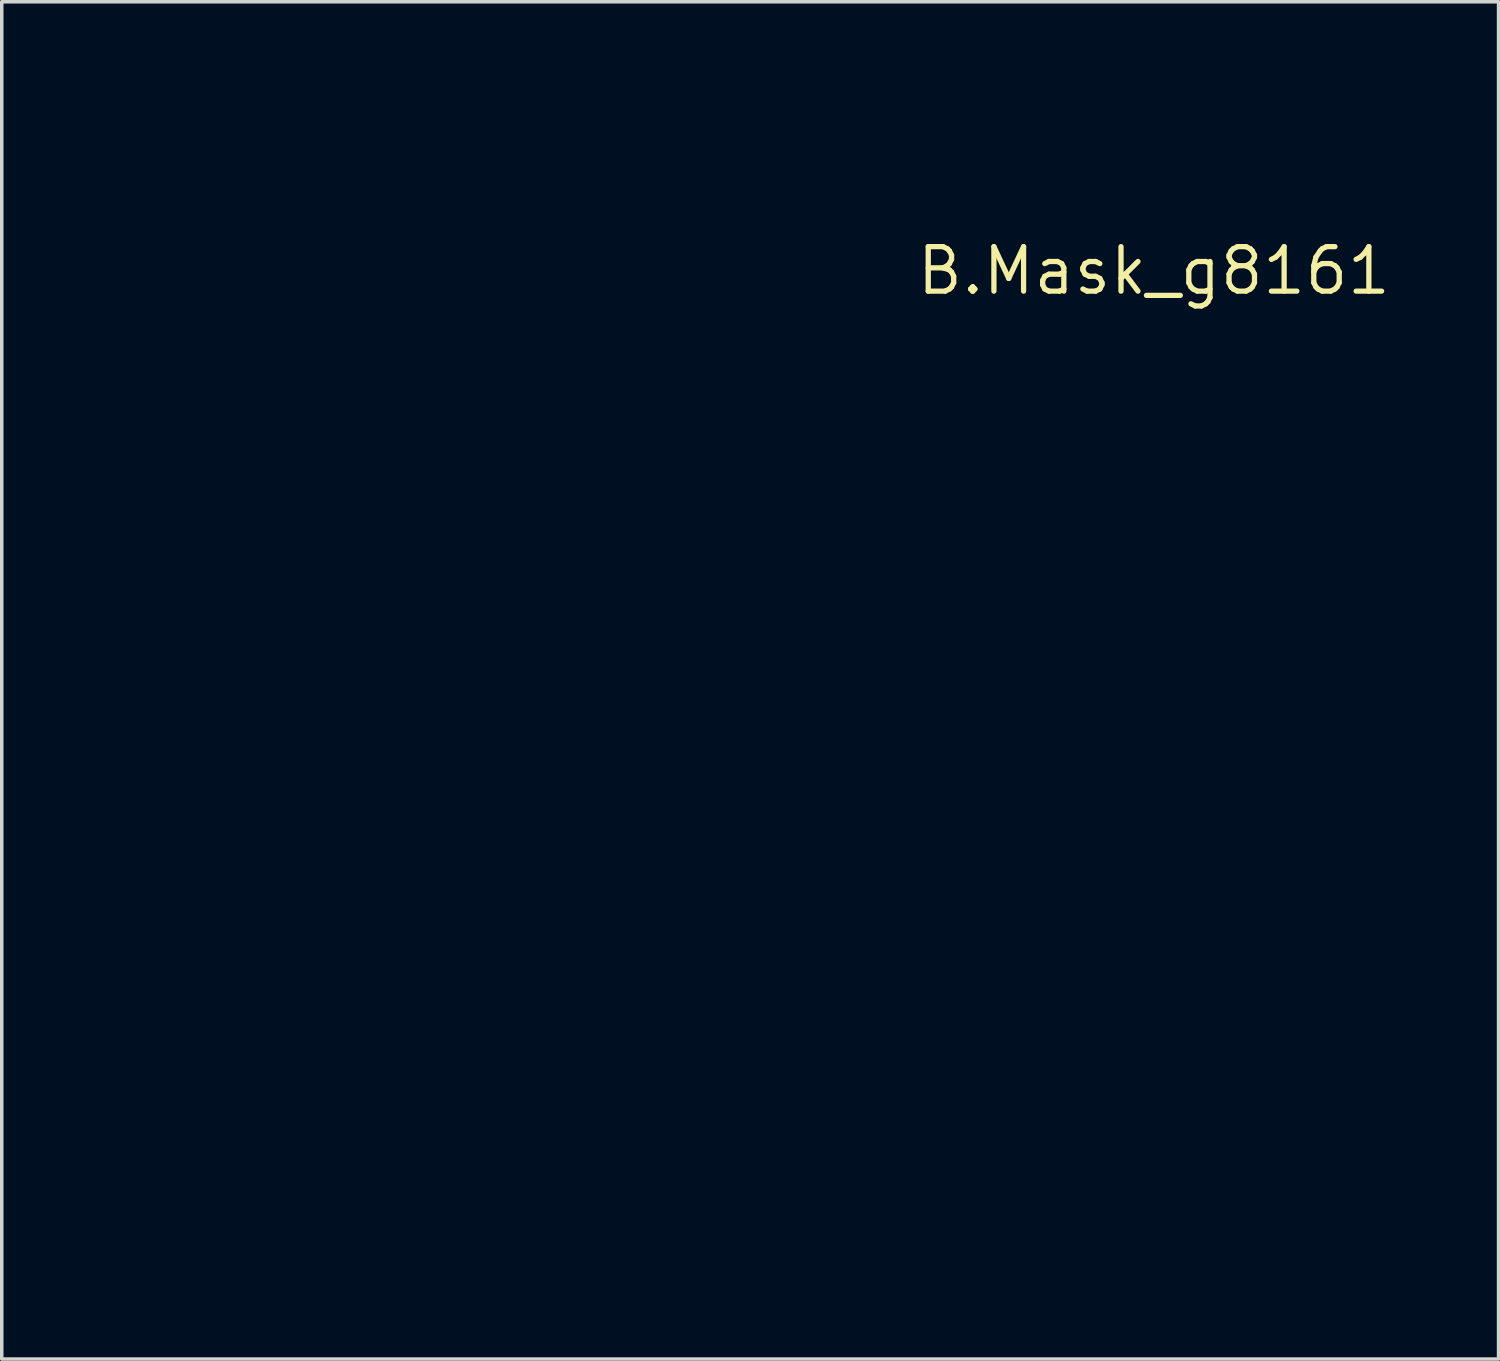
<source format=kicad_pcb>
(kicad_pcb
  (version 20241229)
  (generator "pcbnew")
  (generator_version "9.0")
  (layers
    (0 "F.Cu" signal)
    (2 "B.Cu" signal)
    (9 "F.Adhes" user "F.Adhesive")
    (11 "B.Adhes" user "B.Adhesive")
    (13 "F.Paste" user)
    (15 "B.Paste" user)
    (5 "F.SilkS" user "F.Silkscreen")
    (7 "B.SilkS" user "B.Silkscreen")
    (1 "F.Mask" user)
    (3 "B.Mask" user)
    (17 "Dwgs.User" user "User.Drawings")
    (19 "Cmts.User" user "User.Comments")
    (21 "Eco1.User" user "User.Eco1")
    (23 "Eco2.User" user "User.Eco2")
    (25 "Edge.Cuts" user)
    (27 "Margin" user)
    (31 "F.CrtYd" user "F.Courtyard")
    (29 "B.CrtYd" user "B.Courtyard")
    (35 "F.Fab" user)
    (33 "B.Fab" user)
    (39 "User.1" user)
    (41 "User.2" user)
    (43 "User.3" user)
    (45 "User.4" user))
  (footprint "B.Mask_g8161"
    (layer "F.Cu")
    (at 29.892 4.682)
    (property "Reference" "B.Mask_g8161" (at 0 0 0) (layer "F.SilkS") (effects (font (size 1.27 1.27) (thickness 0.15))))
    (attr through_hole)
    (fp_poly (pts (xy -27.57 -4.66) (xy -27.52 -4.618) (xy -27.465 -4.557) (xy -27.403 -4.481) (xy -27.375 -4.448) (xy -27.277 -4.323) (xy -27.206 -4.213) (xy -27.178 -4.142) (xy -27.178 -4.14) (xy -27.196 -4.079) (xy -27.247 -3.956) (xy -27.324 -3.785) (xy -27.422 -3.579) (xy -27.522 -3.376) (xy -27.645 -3.129) (xy -27.766 -2.884) (xy -27.874 -2.661) (xy -27.961 -2.479) (xy -28.004 -2.386) (xy -28.142 -2.085) (xy -27.045 -2.45) (xy -25.948 -2.815) (xy -25.738 -2.582) (xy -25.589 -2.399) (xy -25.506 -2.255) (xy -25.491 -2.153) (xy -25.511 -2.117) (xy -25.558 -2.096) (xy -25.677 -2.052) (xy -25.858 -1.988) (xy -26.093 -1.907) (xy -26.373 -1.811) (xy -26.688 -1.706) (xy -27.03 -1.592) (xy -27.097 -1.57) (xy -28.645 -1.059) (xy -28.936 -0.434) (xy -29.036 -0.22) (xy -29.127 -0.03) (xy -29.2 0.12) (xy -29.25 0.216) (xy -29.266 0.243) (xy -29.328 0.29) (xy -29.409 0.277) (xy -29.515 0.198) (xy -29.655 0.051) (xy -29.665 0.039) (xy -29.769 -0.088) (xy -29.847 -0.194) (xy -29.886 -0.26) (xy -29.887 -0.268) (xy -29.869 -0.314) (xy -29.818 -0.43) (xy -29.735 -0.607) (xy -29.626 -0.84) (xy -29.493 -1.122) (xy -29.339 -1.444) (xy -29.167 -1.802) (xy -28.982 -2.186) (xy -28.832 -2.498) (xy -28.599 -2.979) (xy -28.4 -3.39) (xy -28.232 -3.734) (xy -28.091 -4.016) (xy -27.974 -4.241) (xy -27.877 -4.414) (xy -27.796 -4.54) (xy -27.729 -4.622) (xy -27.671 -4.667) (xy -27.619 -4.677) (xy -27.57 -4.66)) (stroke (width 0.01) (type solid)) (fill yes) (layer "B.Mask"))
    (fp_poly (pts (xy -9.369 14.304) (xy -9.346 14.319) (xy -9.265 14.395) (xy -9.167 14.504) (xy -9.068 14.624) (xy -8.987 14.734) (xy -8.939 14.814) (xy -8.932 14.835) (xy -8.963 14.882) (xy -9.046 14.972) (xy -9.171 15.093) (xy -9.325 15.234) (xy -9.377 15.28) (xy -9.537 15.423) (xy -9.671 15.546) (xy -9.768 15.639) (xy -9.816 15.692) (xy -9.819 15.698) (xy -9.786 15.735) (xy -9.701 15.805) (xy -9.582 15.894) (xy -9.573 15.9) (xy -9.311 16.134) (xy -9.119 16.407) (xy -8.996 16.709) (xy -8.942 17.031) (xy -8.958 17.363) (xy -9.043 17.695) (xy -9.198 18.019) (xy -9.422 18.325) (xy -9.585 18.492) (xy -9.92 18.76) (xy -10.263 18.959) (xy -10.606 19.084) (xy -10.942 19.135) (xy -11.264 19.108) (xy -11.418 19.065) (xy -11.622 18.959) (xy -11.82 18.796) (xy -12 18.595) (xy -12.145 18.374) (xy -12.242 18.152) (xy -12.277 17.951) (xy -12.283 17.859) (xy -12.305 17.839) (xy -12.327 17.856) (xy -12.399 17.9) (xy -12.48 17.888) (xy -12.581 17.815) (xy -12.713 17.675) (xy -12.736 17.649) (xy -12.838 17.525) (xy -12.914 17.425) (xy -12.952 17.367) (xy -12.954 17.361) (xy -12.926 17.319) (xy -12.903 17.293) (xy -11.691 17.293) (xy -11.669 17.491) (xy -11.602 17.758) (xy -11.471 17.999) (xy -11.36 18.127) (xy -11.203 18.248) (xy -11.046 18.303) (xy -10.873 18.294) (xy -10.665 18.221) (xy -10.581 18.181) (xy -10.339 18.029) (xy -10.122 17.838) (xy -9.943 17.622) (xy -9.812 17.398) (xy -9.744 17.181) (xy -9.737 17.093) (xy -9.776 16.879) (xy -9.886 16.667) (xy -10.055 16.471) (xy -10.269 16.311) (xy -10.327 16.278) (xy -10.451 16.214) (xy -11.071 16.754) (xy -11.691 17.293) (xy -12.903 17.293) (xy -12.852 17.238) (xy -12.774 17.16) (xy -12.691 17.084) (xy -12.556 16.962) (xy -12.376 16.804) (xy -12.161 16.614) (xy -11.916 16.399) (xy -11.65 16.167) (xy -11.371 15.924) (xy -11.086 15.676) (xy -10.803 15.431) (xy -10.53 15.194) (xy -10.274 14.974) (xy -10.043 14.775) (xy -9.844 14.606) (xy -9.686 14.472) (xy -9.577 14.381) (xy -9.523 14.338) (xy -9.522 14.338) (xy -9.433 14.293) (xy -9.369 14.304)) (stroke (width 0.01) (type solid)) (fill yes) (layer "B.Mask"))
    (fp_poly (pts (xy -22.516 1.294) (xy -22.329 1.364) (xy -22.062 1.546) (xy -21.838 1.786) (xy -21.67 2.067) (xy -21.571 2.37) (xy -21.565 2.407) (xy -21.539 2.519) (xy -21.509 2.553) (xy -21.491 2.543) (xy -21.411 2.502) (xy -21.378 2.498) (xy -21.313 2.53) (xy -21.22 2.612) (xy -21.116 2.725) (xy -21.018 2.847) (xy -20.944 2.957) (xy -20.913 3.036) (xy -20.913 3.041) (xy -20.944 3.084) (xy -21.032 3.176) (xy -21.171 3.31) (xy -21.352 3.479) (xy -21.569 3.678) (xy -21.815 3.9) (xy -22.081 4.139) (xy -22.362 4.388) (xy -22.649 4.641) (xy -22.936 4.891) (xy -23.215 5.133) (xy -23.48 5.36) (xy -23.722 5.565) (xy -23.934 5.743) (xy -24.11 5.886) (xy -24.242 5.989) (xy -24.323 6.045) (xy -24.343 6.054) (xy -24.412 6.024) (xy -24.507 5.948) (xy -24.566 5.888) (xy -24.67 5.767) (xy -24.761 5.651) (xy -24.791 5.607) (xy -24.866 5.493) (xy -24.698 5.339) (xy -24.587 5.238) (xy -24.438 5.106) (xy -24.281 4.966) (xy -24.241 4.931) (xy -23.951 4.675) (xy -24.159 4.546) (xy -24.436 4.328) (xy -24.648 4.062) (xy -24.793 3.761) (xy -24.868 3.436) (xy -24.87 3.248) (xy -24.087 3.248) (xy -24.062 3.484) (xy -24.043 3.543) (xy -23.976 3.661) (xy -23.866 3.796) (xy -23.733 3.929) (xy -23.594 4.044) (xy -23.469 4.123) (xy -23.385 4.149) (xy -23.339 4.122) (xy -23.242 4.048) (xy -23.103 3.934) (xy -22.933 3.791) (xy -22.75 3.632) (xy -22.543 3.45) (xy -22.392 3.314) (xy -22.287 3.214) (xy -22.221 3.14) (xy -22.185 3.081) (xy -22.171 3.028) (xy -22.169 2.971) (xy -22.17 2.944) (xy -22.226 2.659) (xy -22.36 2.403) (xy -22.481 2.262) (xy -22.591 2.164) (xy -22.681 2.115) (xy -22.786 2.099) (xy -22.852 2.099) (xy -23.054 2.129) (xy -23.258 2.215) (xy -23.478 2.365) (xy -23.658 2.52) (xy -23.885 2.767) (xy -24.028 3.01) (xy -24.087 3.248) (xy -24.87 3.248) (xy -24.871 3.096) (xy -24.8 2.753) (xy -24.651 2.418) (xy -24.648 2.413) (xy -24.462 2.153) (xy -24.215 1.895) (xy -23.929 1.659) (xy -23.627 1.462) (xy -23.348 1.33) (xy -23.077 1.263) (xy -22.79 1.251) (xy -22.516 1.294)) (stroke (width 0.01) (type solid)) (fill yes) (layer "B.Mask"))
    (fp_poly (pts (xy -15.004 10.029) (xy -14.772 10.089) (xy -14.562 10.202) (xy -14.348 10.378) (xy -14.286 10.438) (xy -14.038 10.74) (xy -13.869 11.063) (xy -13.779 11.401) (xy -13.767 11.746) (xy -13.834 12.09) (xy -13.98 12.427) (xy -14.204 12.748) (xy -14.355 12.911) (xy -14.678 13.182) (xy -15.014 13.378) (xy -15.356 13.498) (xy -15.698 13.537) (xy -16.013 13.501) (xy -16.306 13.393) (xy -16.6 13.214) (xy -16.879 12.978) (xy -17.131 12.695) (xy -17.339 12.38) (xy -17.394 12.277) (xy -17.475 12.1) (xy -17.543 11.933) (xy -17.587 11.804) (xy -17.595 11.766) (xy -17.603 11.687) (xy -17.588 11.623) (xy -17.54 11.555) (xy -17.444 11.464) (xy -17.366 11.396) (xy -17.199 11.262) (xy -17.078 11.192) (xy -16.992 11.185) (xy -16.933 11.242) (xy -16.892 11.356) (xy -16.817 11.64) (xy -16.748 11.859) (xy -16.674 12.032) (xy -16.59 12.177) (xy -16.486 12.312) (xy -16.462 12.341) (xy -16.238 12.543) (xy -15.994 12.666) (xy -15.734 12.709) (xy -15.724 12.709) (xy -15.554 12.691) (xy -15.397 12.645) (xy -15.275 12.582) (xy -15.213 12.51) (xy -15.213 12.509) (xy -15.236 12.467) (xy -15.308 12.371) (xy -15.421 12.228) (xy -15.569 12.05) (xy -15.744 11.843) (xy -15.918 11.642) (xy -16.113 11.416) (xy -16.287 11.208) (xy -16.434 11.027) (xy -16.524 10.911) (xy -15.587 10.911) (xy -15.566 10.962) (xy -15.512 11.041) (xy -15.419 11.156) (xy -15.28 11.319) (xy -15.152 11.466) (xy -14.967 11.677) (xy -14.829 11.827) (xy -14.729 11.92) (xy -14.658 11.959) (xy -14.608 11.948) (xy -14.571 11.889) (xy -14.537 11.787) (xy -14.518 11.717) (xy -14.498 11.504) (xy -14.558 11.294) (xy -14.698 11.082) (xy -14.766 11.007) (xy -14.886 10.896) (xy -15.003 10.811) (xy -15.082 10.772) (xy -15.244 10.76) (xy -15.418 10.79) (xy -15.557 10.853) (xy -15.558 10.853) (xy -15.582 10.878) (xy -15.587 10.911) (xy -16.524 10.911) (xy -16.546 10.883) (xy -16.616 10.785) (xy -16.637 10.744) (xy -16.604 10.677) (xy -16.514 10.579) (xy -16.384 10.463) (xy -16.23 10.343) (xy -16.069 10.231) (xy -15.916 10.141) (xy -15.875 10.121) (xy -15.735 10.063) (xy -15.601 10.029) (xy -15.44 10.014) (xy -15.282 10.012) (xy -15.004 10.029)) (stroke (width 0.01) (type solid)) (fill yes) (layer "B.Mask"))
    (fp_poly (pts (xy -25.075 -1.497) (xy -24.93 -1.48) (xy -24.813 -1.444) (xy -24.731 -1.405) (xy -24.483 -1.232) (xy -24.266 -1.001) (xy -24.098 -0.734) (xy -23.993 -0.452) (xy -23.977 -0.378) (xy -23.954 -0.279) (xy -23.912 -0.242) (xy -23.836 -0.245) (xy -23.765 -0.244) (xy -23.695 -0.209) (xy -23.609 -0.128) (xy -23.523 -0.031) (xy -23.425 0.094) (xy -23.354 0.205) (xy -23.326 0.278) (xy -23.326 0.28) (xy -23.357 0.321) (xy -23.445 0.412) (xy -23.583 0.544) (xy -23.764 0.713) (xy -23.981 0.911) (xy -24.226 1.132) (xy -24.492 1.37) (xy -24.772 1.619) (xy -25.059 1.872) (xy -25.345 2.122) (xy -25.623 2.365) (xy -25.887 2.592) (xy -26.129 2.798) (xy -26.341 2.977) (xy -26.517 3.121) (xy -26.649 3.226) (xy -26.73 3.284) (xy -26.75 3.293) (xy -26.819 3.267) (xy -26.925 3.175) (xy -27.043 3.046) (xy -27.145 2.92) (xy -27.223 2.817) (xy -27.261 2.756) (xy -27.263 2.748) (xy -27.233 2.708) (xy -27.15 2.624) (xy -27.026 2.507) (xy -26.873 2.367) (xy -26.818 2.319) (xy -26.658 2.175) (xy -26.524 2.052) (xy -26.426 1.958) (xy -26.377 1.906) (xy -26.374 1.9) (xy -26.408 1.867) (xy -26.493 1.824) (xy -26.498 1.821) (xy -26.616 1.748) (xy -26.759 1.622) (xy -26.907 1.465) (xy -27.043 1.298) (xy -27.146 1.142) (xy -27.18 1.076) (xy -27.277 0.744) (xy -27.29 0.465) (xy -26.499 0.465) (xy -26.479 0.686) (xy -26.42 0.838) (xy -26.334 0.967) (xy -26.216 1.102) (xy -26.083 1.226) (xy -25.953 1.323) (xy -25.844 1.379) (xy -25.794 1.385) (xy -25.747 1.355) (xy -25.648 1.278) (xy -25.508 1.163) (xy -25.336 1.019) (xy -25.145 0.854) (xy -25.144 0.853) (xy -24.544 0.33) (xy -24.57 0.154) (xy -24.622 -0.042) (xy -24.712 -0.245) (xy -24.824 -0.427) (xy -24.944 -0.559) (xy -24.973 -0.581) (xy -25.159 -0.661) (xy -25.365 -0.663) (xy -25.592 -0.586) (xy -25.841 -0.429) (xy -26.07 -0.236) (xy -26.295 0.007) (xy -26.437 0.24) (xy -26.499 0.465) (xy -27.29 0.465) (xy -27.293 0.398) (xy -27.226 0.043) (xy -27.081 -0.309) (xy -26.938 -0.525) (xy -26.737 -0.754) (xy -26.498 -0.977) (xy -26.241 -1.175) (xy -25.986 -1.33) (xy -25.961 -1.343) (xy -25.791 -1.423) (xy -25.66 -1.471) (xy -25.532 -1.494) (xy -25.371 -1.502) (xy -25.275 -1.502) (xy -25.075 -1.497)) (stroke (width 0.01) (type solid)) (fill yes) (layer "B.Mask"))
    (fp_poly (pts (xy -20.367 4.073) (xy -20.338 4.075) (xy -20.119 4.112) (xy -19.915 4.191) (xy -19.71 4.322) (xy -19.487 4.514) (xy -19.384 4.615) (xy -19.233 4.782) (xy -19.082 4.972) (xy -18.942 5.169) (xy -18.822 5.359) (xy -18.733 5.527) (xy -18.684 5.656) (xy -18.678 5.711) (xy -18.715 5.789) (xy -18.798 5.892) (xy -18.909 6.002) (xy -19.028 6.103) (xy -19.138 6.178) (xy -19.219 6.211) (xy -19.238 6.209) (xy -19.283 6.162) (xy -19.352 6.056) (xy -19.433 5.91) (xy -19.481 5.816) (xy -19.614 5.575) (xy -19.77 5.348) (xy -19.935 5.151) (xy -20.096 4.999) (xy -20.238 4.91) (xy -20.349 4.878) (xy -20.447 4.896) (xy -20.488 4.915) (xy -20.607 4.974) (xy -20.331 5.355) (xy -20.119 5.663) (xy -19.964 5.93) (xy -19.86 6.17) (xy -19.799 6.397) (xy -19.777 6.59) (xy -19.772 6.762) (xy -19.785 6.886) (xy -19.822 6.997) (xy -19.879 7.112) (xy -20.067 7.376) (xy -20.302 7.579) (xy -20.576 7.712) (xy -20.835 7.765) (xy -20.992 7.771) (xy -21.134 7.762) (xy -21.188 7.752) (xy -21.475 7.634) (xy -21.733 7.444) (xy -21.953 7.193) (xy -22.124 6.891) (xy -22.221 6.62) (xy -22.257 6.511) (xy -22.298 6.465) (xy -22.363 6.465) (xy -22.367 6.465) (xy -22.432 6.462) (xy -22.506 6.419) (xy -22.606 6.325) (xy -22.684 6.239) (xy -22.788 6.116) (xy -22.865 6.013) (xy -22.901 5.948) (xy -22.902 5.942) (xy -22.896 5.916) (xy -22.889 5.905) (xy -21.676 5.905) (xy -21.619 6.138) (xy -21.547 6.377) (xy -21.454 6.561) (xy -21.324 6.721) (xy -21.254 6.787) (xy -21.089 6.905) (xy -20.94 6.943) (xy -20.8 6.901) (xy -20.698 6.819) (xy -20.601 6.665) (xy -20.572 6.478) (xy -20.613 6.278) (xy -20.643 6.21) (xy -20.701 6.109) (xy -20.784 5.977) (xy -20.881 5.832) (xy -20.979 5.69) (xy -21.067 5.569) (xy -21.132 5.487) (xy -21.161 5.461) (xy -21.203 5.488) (xy -21.29 5.558) (xy -21.404 5.658) (xy -21.432 5.683) (xy -21.676 5.905) (xy -22.889 5.905) (xy -22.872 5.879) (xy -22.824 5.825) (xy -22.747 5.748) (xy -22.634 5.643) (xy -22.48 5.504) (xy -22.277 5.325) (xy -22.021 5.101) (xy -21.802 4.91) (xy -21.511 4.659) (xy -21.272 4.462) (xy -21.074 4.312) (xy -20.909 4.203) (xy -20.765 4.131) (xy -20.633 4.089) (xy -20.504 4.071) (xy -20.367 4.073)) (stroke (width 0.01) (type solid)) (fill yes) (layer "B.Mask"))
    (fp_poly (pts (xy -7.628 18.333) (xy -7.58 18.354) (xy -7.385 18.473) (xy -7.168 18.653) (xy -6.946 18.879) (xy -6.732 19.134) (xy -6.543 19.402) (xy -6.488 19.493) (xy -6.388 19.665) (xy -6.327 19.782) (xy -6.3 19.859) (xy -6.301 19.913) (xy -6.323 19.957) (xy -6.39 20.037) (xy -6.494 20.135) (xy -6.615 20.236) (xy -6.731 20.322) (xy -6.825 20.38) (xy -6.873 20.394) (xy -6.912 20.351) (xy -6.977 20.25) (xy -7.055 20.109) (xy -7.091 20.039) (xy -7.243 19.75) (xy -7.383 19.528) (xy -7.521 19.355) (xy -7.668 19.217) (xy -7.699 19.193) (xy -7.882 19.084) (xy -8.042 19.053) (xy -8.177 19.099) (xy -8.182 19.103) (xy -8.209 19.134) (xy -8.209 19.176) (xy -8.175 19.245) (xy -8.1 19.354) (xy -7.994 19.494) (xy -7.741 19.862) (xy -7.561 20.199) (xy -7.453 20.513) (xy -7.415 20.768) (xy -7.412 20.953) (xy -7.429 21.088) (xy -7.471 21.206) (xy -7.489 21.243) (xy -7.664 21.506) (xy -7.885 21.715) (xy -8.14 21.861) (xy -8.415 21.941) (xy -8.698 21.946) (xy -8.85 21.916) (xy -9.009 21.858) (xy -9.166 21.784) (xy -9.199 21.765) (xy -9.39 21.609) (xy -9.571 21.394) (xy -9.724 21.148) (xy -9.83 20.895) (xy -9.856 20.797) (xy -9.886 20.693) (xy -9.93 20.651) (xy -10 20.649) (xy -10.071 20.641) (xy -10.149 20.595) (xy -10.25 20.498) (xy -10.324 20.416) (xy -10.428 20.291) (xy -10.504 20.184) (xy -10.514 20.164) (xy -9.282 20.164) (xy -9.269 20.247) (xy -9.261 20.288) (xy -9.18 20.573) (xy -9.044 20.808) (xy -8.893 20.968) (xy -8.753 21.077) (xy -8.633 21.118) (xy -8.507 21.098) (xy -8.419 21.058) (xy -8.284 20.945) (xy -8.214 20.784) (xy -8.215 20.589) (xy -8.22 20.561) (xy -8.268 20.432) (xy -8.359 20.258) (xy -8.482 20.057) (xy -8.626 19.848) (xy -8.717 19.728) (xy -8.8 19.623) (xy -8.919 19.727) (xy -9.08 19.868) (xy -9.187 19.967) (xy -9.251 20.039) (xy -9.279 20.1) (xy -9.282 20.164) (xy -10.514 20.164) (xy -10.539 20.115) (xy -10.54 20.108) (xy -10.529 20.081) (xy -10.491 20.034) (xy -10.422 19.962) (xy -10.318 19.863) (xy -10.173 19.73) (xy -9.982 19.561) (xy -9.742 19.349) (xy -9.446 19.092) (xy -9.091 18.785) (xy -9.086 18.78) (xy -8.912 18.637) (xy -8.737 18.505) (xy -8.583 18.4) (xy -8.488 18.346) (xy -8.207 18.259) (xy -7.918 18.254) (xy -7.628 18.333)) (stroke (width 0.01) (type solid)) (fill yes) (layer "B.Mask"))
    (fp_poly (pts (xy -12.724 12.392) (xy -12.631 12.472) (xy -12.525 12.581) (xy -12.426 12.697) (xy -12.351 12.801) (xy -12.319 12.873) (xy -12.319 12.876) (xy -12.284 12.927) (xy -12.196 12.994) (xy -12.128 13.034) (xy -11.903 13.192) (xy -11.691 13.413) (xy -11.512 13.675) (xy -11.486 13.723) (xy -11.43 13.837) (xy -11.395 13.94) (xy -11.376 14.056) (xy -11.368 14.212) (xy -11.367 14.372) (xy -11.369 14.576) (xy -11.379 14.723) (xy -11.404 14.841) (xy -11.446 14.958) (xy -11.498 15.071) (xy -11.678 15.377) (xy -11.911 15.646) (xy -12.21 15.894) (xy -12.302 15.957) (xy -12.648 16.153) (xy -12.98 16.267) (xy -13.302 16.299) (xy -13.619 16.252) (xy -13.698 16.228) (xy -13.879 16.136) (xy -14.067 15.992) (xy -14.246 15.812) (xy -14.403 15.613) (xy -14.524 15.412) (xy -14.594 15.227) (xy -14.605 15.135) (xy -14.619 15.05) (xy -14.663 15.039) (xy -14.741 15.102) (xy -14.792 15.159) (xy -14.906 15.351) (xy -14.938 15.556) (xy -14.89 15.77) (xy -14.763 15.991) (xy -14.557 16.215) (xy -14.276 16.44) (xy -14.204 16.489) (xy -14.015 16.623) (xy -13.894 16.727) (xy -13.844 16.798) (xy -13.843 16.807) (xy -13.874 16.872) (xy -13.954 16.968) (xy -14.064 17.079) (xy -14.184 17.185) (xy -14.294 17.268) (xy -14.376 17.311) (xy -14.391 17.313) (xy -14.46 17.289) (xy -14.567 17.227) (xy -14.647 17.172) (xy -14.869 16.988) (xy -15.096 16.764) (xy -15.306 16.525) (xy -15.474 16.299) (xy -15.502 16.253) (xy -15.657 15.93) (xy -15.726 15.611) (xy -15.711 15.296) (xy -15.612 14.984) (xy -15.428 14.675) (xy -15.338 14.561) (xy -15.266 14.486) (xy -15.263 14.483) (xy -14.045 14.483) (xy -14.006 14.654) (xy -13.924 14.925) (xy -13.805 15.144) (xy -13.735 15.235) (xy -13.565 15.39) (xy -13.381 15.465) (xy -13.177 15.461) (xy -12.947 15.377) (xy -12.869 15.335) (xy -12.62 15.16) (xy -12.413 14.956) (xy -12.258 14.735) (xy -12.163 14.509) (xy -12.134 14.293) (xy -12.151 14.177) (xy -12.244 13.969) (xy -12.404 13.768) (xy -12.61 13.593) (xy -12.726 13.521) (xy -12.857 13.449) (xy -13.451 13.966) (xy -14.045 14.483) (xy -15.263 14.483) (xy -15.144 14.37) (xy -14.979 14.218) (xy -14.781 14.04) (xy -14.557 13.841) (xy -14.316 13.63) (xy -14.066 13.414) (xy -13.817 13.2) (xy -13.576 12.994) (xy -13.353 12.806) (xy -13.154 12.642) (xy -12.991 12.509) (xy -12.869 12.414) (xy -12.799 12.366) (xy -12.787 12.361) (xy -12.724 12.392)) (stroke (width 0.01) (type solid)) (fill yes) (layer "B.Mask"))
    (fp_poly (pts (xy -5.477 20.892) (xy -5.28 20.945) (xy -5.268 20.95) (xy -5.006 21.113) (xy -4.778 21.339) (xy -4.6 21.609) (xy -4.485 21.906) (xy -4.478 21.937) (xy -4.424 22.173) (xy -3.916 21.734) (xy -3.731 21.578) (xy -3.566 21.448) (xy -3.434 21.353) (xy -3.346 21.302) (xy -3.323 21.295) (xy -3.256 21.327) (xy -3.159 21.408) (xy -3.05 21.518) (xy -2.948 21.636) (xy -2.871 21.744) (xy -2.837 21.82) (xy -2.836 21.825) (xy -2.867 21.87) (xy -2.952 21.96) (xy -3.083 22.086) (xy -3.248 22.238) (xy -3.438 22.407) (xy -3.458 22.425) (xy -3.648 22.59) (xy -3.888 22.8) (xy -4.164 23.04) (xy -4.462 23.3) (xy -4.769 23.568) (xy -5.069 23.83) (xy -5.182 23.929) (xy -5.443 24.155) (xy -5.686 24.362) (xy -5.903 24.544) (xy -6.086 24.695) (xy -6.228 24.807) (xy -6.321 24.874) (xy -6.354 24.892) (xy -6.415 24.862) (xy -6.509 24.782) (xy -6.615 24.669) (xy -6.62 24.663) (xy -6.717 24.541) (xy -6.787 24.437) (xy -6.816 24.372) (xy -6.816 24.371) (xy -6.85 24.318) (xy -6.939 24.245) (xy -7.043 24.179) (xy -7.294 23.997) (xy -7.52 23.755) (xy -7.676 23.516) (xy -7.719 23.423) (xy -7.747 23.322) (xy -7.762 23.191) (xy -7.767 23.007) (xy -7.768 22.902) (xy -7.768 22.891) (xy -7.027 22.891) (xy -6.999 23.044) (xy -6.924 23.22) (xy -6.82 23.382) (xy -6.782 23.426) (xy -6.689 23.515) (xy -6.574 23.613) (xy -6.458 23.702) (xy -6.362 23.767) (xy -6.309 23.791) (xy -6.269 23.765) (xy -6.176 23.691) (xy -6.041 23.579) (xy -5.872 23.437) (xy -5.682 23.273) (xy -5.67 23.262) (xy -5.478 23.095) (xy -5.309 22.944) (xy -5.174 22.819) (xy -5.082 22.731) (xy -5.044 22.687) (xy -5.043 22.686) (xy -5.046 22.623) (xy -5.067 22.506) (xy -5.099 22.374) (xy -5.191 22.135) (xy -5.318 21.938) (xy -5.471 21.792) (xy -5.638 21.708) (xy -5.808 21.696) (xy -5.832 21.701) (xy -6.055 21.783) (xy -6.282 21.914) (xy -6.501 22.082) (xy -6.699 22.274) (xy -6.861 22.476) (xy -6.974 22.674) (xy -7.026 22.856) (xy -7.027 22.891) (xy -7.768 22.891) (xy -7.766 22.695) (xy -7.757 22.548) (xy -7.737 22.433) (xy -7.699 22.325) (xy -7.64 22.197) (xy -7.633 22.182) (xy -7.53 22.002) (xy -7.398 21.81) (xy -7.282 21.666) (xy -7.095 21.482) (xy -6.869 21.301) (xy -6.628 21.137) (xy -6.397 21.009) (xy -6.213 20.935) (xy -5.974 20.887) (xy -5.719 20.873) (xy -5.477 20.892)) (stroke (width 0.01) (type solid)) (fill yes) (layer "B.Mask"))
    (fp_poly (pts (xy -17.11 5.746) (xy -17.01 5.822) (xy -16.896 5.933) (xy -16.786 6.061) (xy -16.699 6.19) (xy -16.69 6.205) (xy -16.672 6.241) (xy -16.667 6.276) (xy -16.681 6.316) (xy -16.721 6.371) (xy -16.793 6.447) (xy -16.906 6.552) (xy -17.065 6.694) (xy -17.277 6.88) (xy -17.404 6.99) (xy -17.559 7.127) (xy -17.689 7.243) (xy -17.782 7.329) (xy -17.826 7.373) (xy -17.827 7.375) (xy -17.806 7.414) (xy -17.738 7.505) (xy -17.632 7.636) (xy -17.499 7.795) (xy -17.349 7.971) (xy -17.191 8.153) (xy -17.035 8.33) (xy -16.892 8.489) (xy -16.77 8.62) (xy -16.681 8.712) (xy -16.633 8.752) (xy -16.629 8.753) (xy -16.588 8.723) (xy -16.495 8.646) (xy -16.359 8.532) (xy -16.192 8.389) (xy -16.025 8.244) (xy -15.838 8.084) (xy -15.669 7.945) (xy -15.532 7.837) (xy -15.436 7.768) (xy -15.395 7.747) (xy -15.338 7.777) (xy -15.246 7.854) (xy -15.138 7.959) (xy -15.032 8.075) (xy -14.947 8.182) (xy -14.91 8.239) (xy -14.886 8.324) (xy -14.894 8.369) (xy -14.936 8.414) (xy -15.035 8.507) (xy -15.182 8.64) (xy -15.371 8.808) (xy -15.594 9.004) (xy -15.844 9.222) (xy -16.112 9.456) (xy -16.393 9.699) (xy -16.679 9.945) (xy -16.961 10.188) (xy -17.234 10.42) (xy -17.489 10.637) (xy -17.719 10.831) (xy -17.917 10.997) (xy -18.075 11.127) (xy -18.187 11.216) (xy -18.244 11.258) (xy -18.25 11.26) (xy -18.307 11.23) (xy -18.399 11.149) (xy -18.509 11.033) (xy -18.535 11.002) (xy -18.638 10.874) (xy -18.715 10.764) (xy -18.752 10.694) (xy -18.754 10.685) (xy -18.723 10.642) (xy -18.637 10.552) (xy -18.504 10.424) (xy -18.333 10.266) (xy -18.134 10.086) (xy -17.992 9.961) (xy -17.229 9.296) (xy -17.349 9.167) (xy -17.407 9.103) (xy -17.509 8.988) (xy -17.642 8.836) (xy -17.796 8.66) (xy -17.958 8.475) (xy -18.117 8.293) (xy -18.26 8.127) (xy -18.377 7.993) (xy -18.42 7.942) (xy -18.46 7.957) (xy -18.553 8.021) (xy -18.689 8.125) (xy -18.857 8.263) (xy -19.048 8.425) (xy -19.077 8.45) (xy -19.348 8.687) (xy -19.564 8.872) (xy -19.729 9.013) (xy -19.851 9.113) (xy -19.936 9.179) (xy -19.991 9.215) (xy -20.023 9.228) (xy -20.027 9.229) (xy -20.074 9.199) (xy -20.157 9.123) (xy -20.258 9.018) (xy -20.361 8.904) (xy -20.446 8.799) (xy -20.487 8.741) (xy -20.525 8.661) (xy -20.507 8.598) (xy -20.466 8.549) (xy -20.4 8.483) (xy -20.281 8.373) (xy -20.115 8.225) (xy -19.912 8.044) (xy -19.677 7.839) (xy -19.42 7.614) (xy -19.146 7.376) (xy -18.864 7.133) (xy -18.581 6.889) (xy -18.304 6.653) (xy -18.042 6.429) (xy -17.801 6.225) (xy -17.588 6.048) (xy -17.413 5.902) (xy -17.281 5.796) (xy -17.201 5.735) (xy -17.18 5.722) (xy -17.11 5.746)) (stroke (width 0.01) (type solid)) (fill yes) (layer "B.Mask"))
    (fp_poly (pts (xy -2.012 23.064) (xy -1.918 23.128) (xy -1.816 23.225) (xy -1.727 23.335) (xy -1.693 23.389) (xy -1.676 23.434) (xy -1.676 23.483) (xy -1.701 23.55) (xy -1.757 23.648) (xy -1.85 23.788) (xy -1.984 23.982) (xy -2.329 24.475) (xy -2.176 24.662) (xy -2.022 24.849) (xy -1.699 24.394) (xy -1.549 24.19) (xy -1.436 24.051) (xy -1.354 23.97) (xy -1.294 23.94) (xy -1.286 23.939) (xy -1.213 23.97) (xy -1.119 24.046) (xy -1.023 24.147) (xy -0.945 24.25) (xy -0.905 24.335) (xy -0.905 24.364) (xy -0.937 24.419) (xy -1.006 24.525) (xy -1.102 24.666) (xy -1.175 24.77) (xy -1.29 24.934) (xy -1.394 25.084) (xy -1.472 25.198) (xy -1.501 25.241) (xy -1.575 25.356) (xy -1.274 25.697) (xy -1.151 25.842) (xy -1.052 25.968) (xy -0.99 26.058) (xy -0.974 26.095) (xy -1.004 26.152) (xy -1.079 26.24) (xy -1.178 26.339) (xy -1.281 26.429) (xy -1.364 26.488) (xy -1.398 26.501) (xy -1.442 26.484) (xy -1.51 26.429) (xy -1.611 26.326) (xy -1.753 26.168) (xy -1.803 26.111) (xy -1.975 25.912) (xy -2.194 26.227) (xy -2.291 26.372) (xy -2.366 26.493) (xy -2.408 26.572) (xy -2.413 26.589) (xy -2.386 26.639) (xy -2.315 26.735) (xy -2.21 26.861) (xy -2.138 26.944) (xy -2.02 27.082) (xy -1.927 27.203) (xy -1.872 27.289) (xy -1.863 27.317) (xy -1.892 27.373) (xy -1.968 27.462) (xy -2.067 27.562) (xy -2.169 27.653) (xy -2.253 27.714) (xy -2.29 27.728) (xy -2.334 27.699) (xy -2.416 27.624) (xy -2.517 27.521) (xy -2.62 27.409) (xy -2.707 27.307) (xy -2.739 27.264) (xy -2.796 27.198) (xy -2.831 27.178) (xy -2.865 27.211) (xy -2.937 27.301) (xy -3.036 27.435) (xy -3.153 27.599) (xy -3.169 27.622) (xy -3.316 27.829) (xy -3.43 27.969) (xy -3.521 28.045) (xy -3.6 28.062) (xy -3.678 28.026) (xy -3.765 27.94) (xy -3.799 27.9) (xy -3.879 27.79) (xy -3.929 27.696) (xy -3.937 27.662) (xy -3.913 27.601) (xy -3.849 27.488) (xy -3.754 27.34) (xy -3.64 27.174) (xy -3.522 27.006) (xy -3.421 26.859) (xy -3.349 26.748) (xy -3.317 26.69) (xy -3.33 26.611) (xy -3.411 26.499) (xy -3.432 26.477) (xy -3.519 26.391) (xy -3.583 26.339) (xy -3.599 26.331) (xy -3.632 26.364) (xy -3.702 26.454) (xy -3.801 26.587) (xy -3.917 26.751) (xy -3.935 26.776) (xy -4.086 26.983) (xy -4.205 27.128) (xy -4.289 27.207) (xy -4.321 27.22) (xy -4.386 27.189) (xy -4.477 27.109) (xy -4.573 27.005) (xy -4.653 26.9) (xy -4.696 26.815) (xy -4.699 26.798) (xy -4.684 26.754) (xy -4.637 26.67) (xy -4.553 26.542) (xy -4.429 26.361) (xy -4.26 26.122) (xy -4.165 25.99) (xy -4.027 25.798) (xy -4.096 25.718) (xy -3.205 25.718) (xy -3.058 25.897) (xy -2.972 25.996) (xy -2.907 26.061) (xy -2.884 26.076) (xy -2.851 26.043) (xy -2.782 25.954) (xy -2.689 25.825) (xy -2.627 25.735) (xy -2.397 25.396) (xy -2.739 25.054) (xy -3.205 25.718) (xy -4.096 25.718) (xy -4.302 25.482) (xy -4.455 25.306) (xy -4.558 25.179) (xy -4.613 25.089) (xy -4.624 25.019) (xy -4.594 24.957) (xy -4.527 24.887) (xy -4.46 24.825) (xy -4.348 24.729) (xy -4.255 24.661) (xy -4.205 24.638) (xy -4.156 24.668) (xy -4.068 24.748) (xy -3.957 24.863) (xy -3.911 24.913) (xy -3.798 25.037) (xy -3.706 25.132) (xy -3.648 25.183) (xy -3.638 25.188) (xy -3.603 25.156) (xy -3.533 25.069) (xy -3.44 24.942) (xy -3.388 24.869) (xy -3.168 24.55) (xy -3.372 24.314) (xy -3.539 24.121) (xy -3.653 23.98) (xy -3.72 23.877) (xy -3.742 23.801) (xy -3.723 23.738) (xy -3.665 23.675) (xy -3.574 23.6) (xy -3.564 23.593) (xy -3.445 23.5) (xy -3.36 23.451) (xy -3.289 23.45) (xy -3.211 23.5) (xy -3.105 23.606) (xy -3.03 23.687) (xy -2.765 23.973) (xy -2.451 23.523) (xy -2.329 23.352) (xy -2.219 23.207) (xy -2.133 23.103) (xy -2.081 23.052) (xy -2.078 23.05) (xy -2.012 23.064)) (stroke (width 0.01) (type solid)) (fill yes) (layer "B.Mask")))
  (gr_rect
    (start -3 -3)
    (end 39.733 35.75)
    (stroke (width 0.1) (type default))
    (fill no)
    (layer "Edge.Cuts")))
</source>
